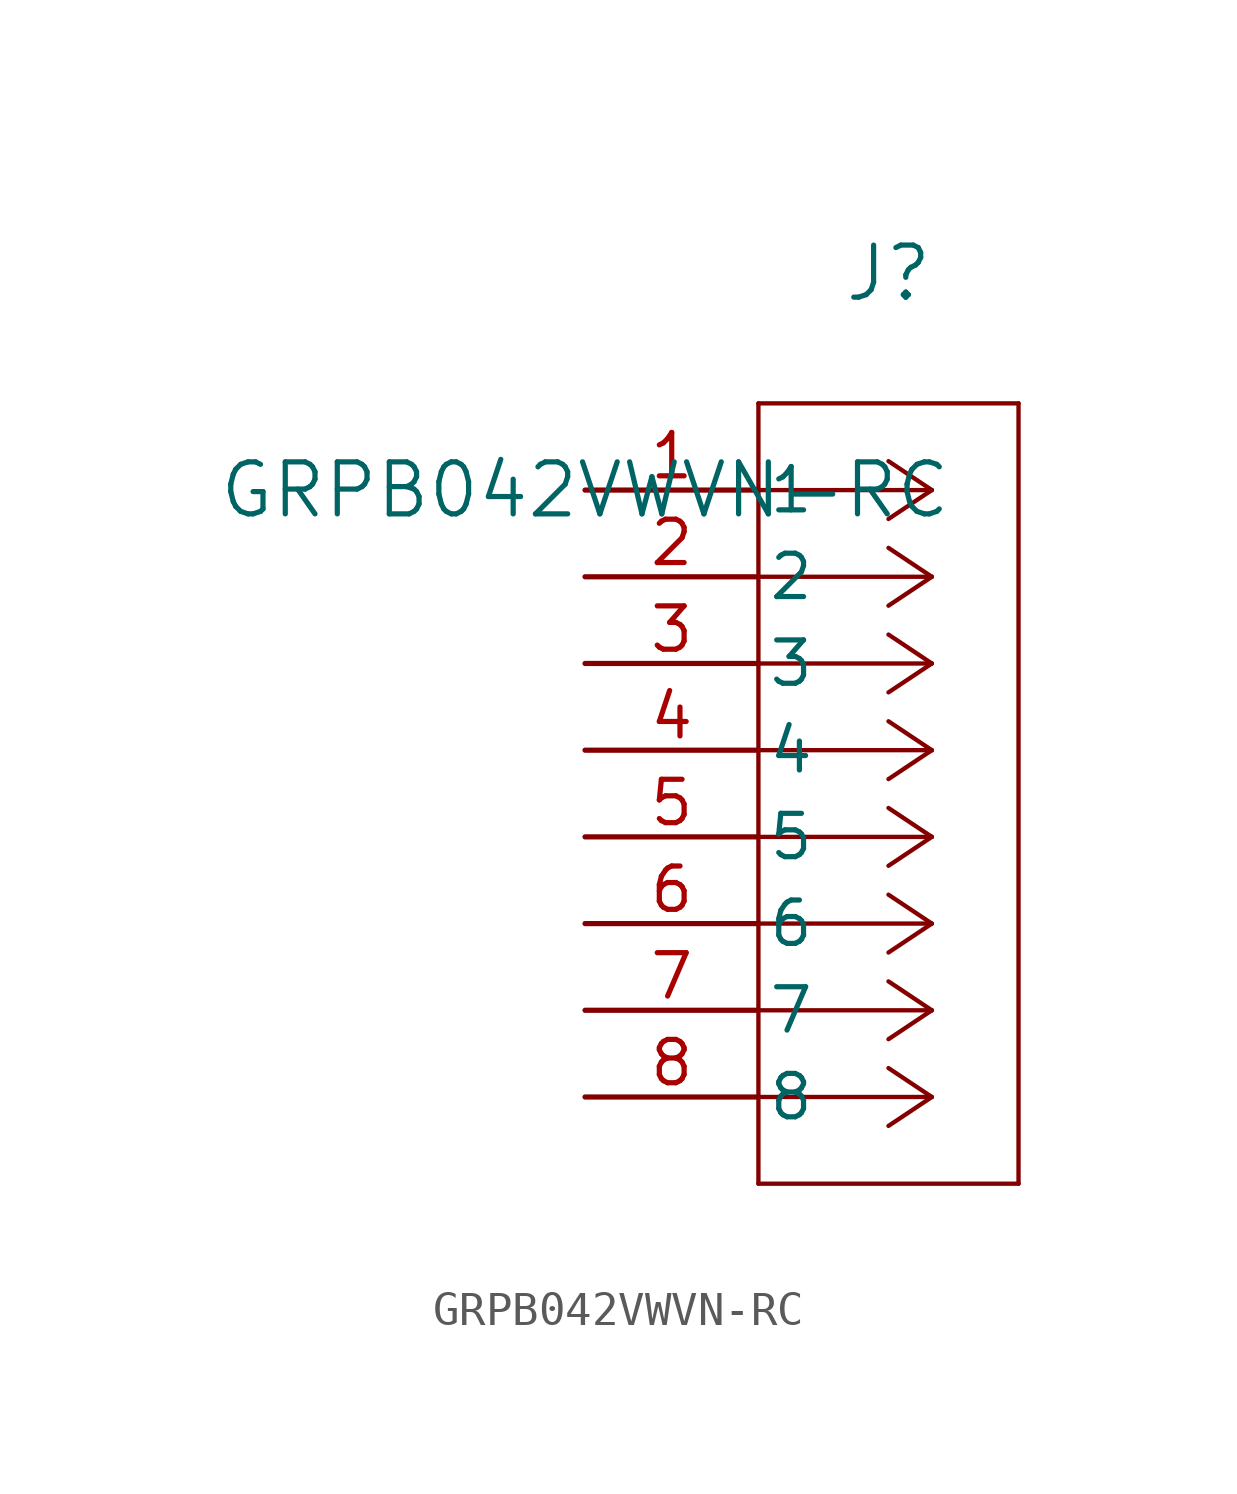
<source format=kicad_sym>
(kicad_symbol_lib
  (version 20211014)
  (generator kicad_symbol_editor)
  (symbol "GRPB042VWVN-RC"
    (pin_names
      (offset 0.254))
    (property "Reference" "J"
      (at 8.89 6.35 0)
      (effects (font (size 1.524 1.524))))
    (property "Value" "GRPB042VWVN-RC"
      (at 0 0 0)
      (effects (font (size 1.524 1.524))))
    (symbol "GRPB042VWVN-RC_0_1"
      (polyline (pts (xy 10.16 0) (xy 5.08 0)) (stroke (width 0.127) (type default) (color 0 0 0 0)) (fill (type none)))
      (polyline (pts (xy 10.16 -2.54) (xy 5.08 -2.54)) (stroke (width 0.127) (type default) (color 0 0 0 0)) (fill (type none)))
      (polyline (pts (xy 10.16 -5.08) (xy 5.08 -5.08)) (stroke (width 0.127) (type default) (color 0 0 0 0)) (fill (type none)))
      (polyline (pts (xy 10.16 -7.62) (xy 5.08 -7.62)) (stroke (width 0.127) (type default) (color 0 0 0 0)) (fill (type none)))
      (polyline (pts (xy 10.16 -10.16) (xy 5.08 -10.16)) (stroke (width 0.127) (type default) (color 0 0 0 0)) (fill (type none)))
      (polyline (pts (xy 10.16 -12.7) (xy 5.08 -12.7)) (stroke (width 0.127) (type default) (color 0 0 0 0)) (fill (type none)))
      (polyline (pts (xy 10.16 -15.24) (xy 5.08 -15.24)) (stroke (width 0.127) (type default) (color 0 0 0 0)) (fill (type none)))
      (polyline (pts (xy 10.16 -17.78) (xy 5.08 -17.78)) (stroke (width 0.127) (type default) (color 0 0 0 0)) (fill (type none)))
      (polyline (pts (xy 10.16 0) (xy 8.89 0.847)) (stroke (width 0.127) (type default) (color 0 0 0 0)) (fill (type none)))
      (polyline (pts (xy 10.16 -2.54) (xy 8.89 -1.693)) (stroke (width 0.127) (type default) (color 0 0 0 0)) (fill (type none)))
      (polyline (pts (xy 10.16 -5.08) (xy 8.89 -4.233)) (stroke (width 0.127) (type default) (color 0 0 0 0)) (fill (type none)))
      (polyline (pts (xy 10.16 -7.62) (xy 8.89 -6.773)) (stroke (width 0.127) (type default) (color 0 0 0 0)) (fill (type none)))
      (polyline (pts (xy 10.16 -10.16) (xy 8.89 -9.313)) (stroke (width 0.127) (type default) (color 0 0 0 0)) (fill (type none)))
      (polyline (pts (xy 10.16 -12.7) (xy 8.89 -11.853)) (stroke (width 0.127) (type default) (color 0 0 0 0)) (fill (type none)))
      (polyline (pts (xy 10.16 -15.24) (xy 8.89 -14.393)) (stroke (width 0.127) (type default) (color 0 0 0 0)) (fill (type none)))
      (polyline (pts (xy 10.16 -17.78) (xy 8.89 -16.933)) (stroke (width 0.127) (type default) (color 0 0 0 0)) (fill (type none)))
      (polyline (pts (xy 10.16 0) (xy 8.89 -0.847)) (stroke (width 0.127) (type default) (color 0 0 0 0)) (fill (type none)))
      (polyline (pts (xy 10.16 -2.54) (xy 8.89 -3.387)) (stroke (width 0.127) (type default) (color 0 0 0 0)) (fill (type none)))
      (polyline (pts (xy 10.16 -5.08) (xy 8.89 -5.927)) (stroke (width 0.127) (type default) (color 0 0 0 0)) (fill (type none)))
      (polyline (pts (xy 10.16 -7.62) (xy 8.89 -8.467)) (stroke (width 0.127) (type default) (color 0 0 0 0)) (fill (type none)))
      (polyline (pts (xy 10.16 -10.16) (xy 8.89 -11.007)) (stroke (width 0.127) (type default) (color 0 0 0 0)) (fill (type none)))
      (polyline (pts (xy 10.16 -12.7) (xy 8.89 -13.547)) (stroke (width 0.127) (type default) (color 0 0 0 0)) (fill (type none)))
      (polyline (pts (xy 10.16 -15.24) (xy 8.89 -16.087)) (stroke (width 0.127) (type default) (color 0 0 0 0)) (fill (type none)))
      (polyline (pts (xy 10.16 -17.78) (xy 8.89 -18.627)) (stroke (width 0.127) (type default) (color 0 0 0 0)) (fill (type none)))
      (polyline (pts (xy 5.08 2.54) (xy 5.08 -20.32)) (stroke (width 0.127) (type default) (color 0 0 0 0)) (fill (type none)))
      (polyline (pts (xy 5.08 -20.32) (xy 12.7 -20.32)) (stroke (width 0.127) (type default) (color 0 0 0 0)) (fill (type none)))
      (polyline (pts (xy 12.7 -20.32) (xy 12.7 2.54)) (stroke (width 0.127) (type default) (color 0 0 0 0)) (fill (type none)))
      (polyline (pts (xy 12.7 2.54) (xy 5.08 2.54)) (stroke (width 0.127) (type default) (color 0 0 0 0)) (fill (type none)))
      (pin unspecified line (at 0 0 0) (length 5.08) (name "1" (effects (font (size 1.27 1.27)))) (number "1" (effects (font (size 1.27 1.27)))))
      (pin unspecified line (at 0 -2.54 0) (length 5.08) (name "2" (effects (font (size 1.27 1.27)))) (number "2" (effects (font (size 1.27 1.27)))))
      (pin unspecified line (at 0 -5.08 0) (length 5.08) (name "3" (effects (font (size 1.27 1.27)))) (number "3" (effects (font (size 1.27 1.27)))))
      (pin unspecified line (at 0 -7.62 0) (length 5.08) (name "4" (effects (font (size 1.27 1.27)))) (number "4" (effects (font (size 1.27 1.27)))))
      (pin unspecified line (at 0 -10.16 0) (length 5.08) (name "5" (effects (font (size 1.27 1.27)))) (number "5" (effects (font (size 1.27 1.27)))))
      (pin unspecified line (at 0 -12.7 0) (length 5.08) (name "6" (effects (font (size 1.27 1.27)))) (number "6" (effects (font (size 1.27 1.27)))))
      (pin unspecified line (at 0 -15.24 0) (length 5.08) (name "7" (effects (font (size 1.27 1.27)))) (number "7" (effects (font (size 1.27 1.27)))))
      (pin unspecified line (at 0 -17.78 0) (length 5.08) (name "8" (effects (font (size 1.27 1.27)))) (number "8" (effects (font (size 1.27 1.27))))))))
</source>
